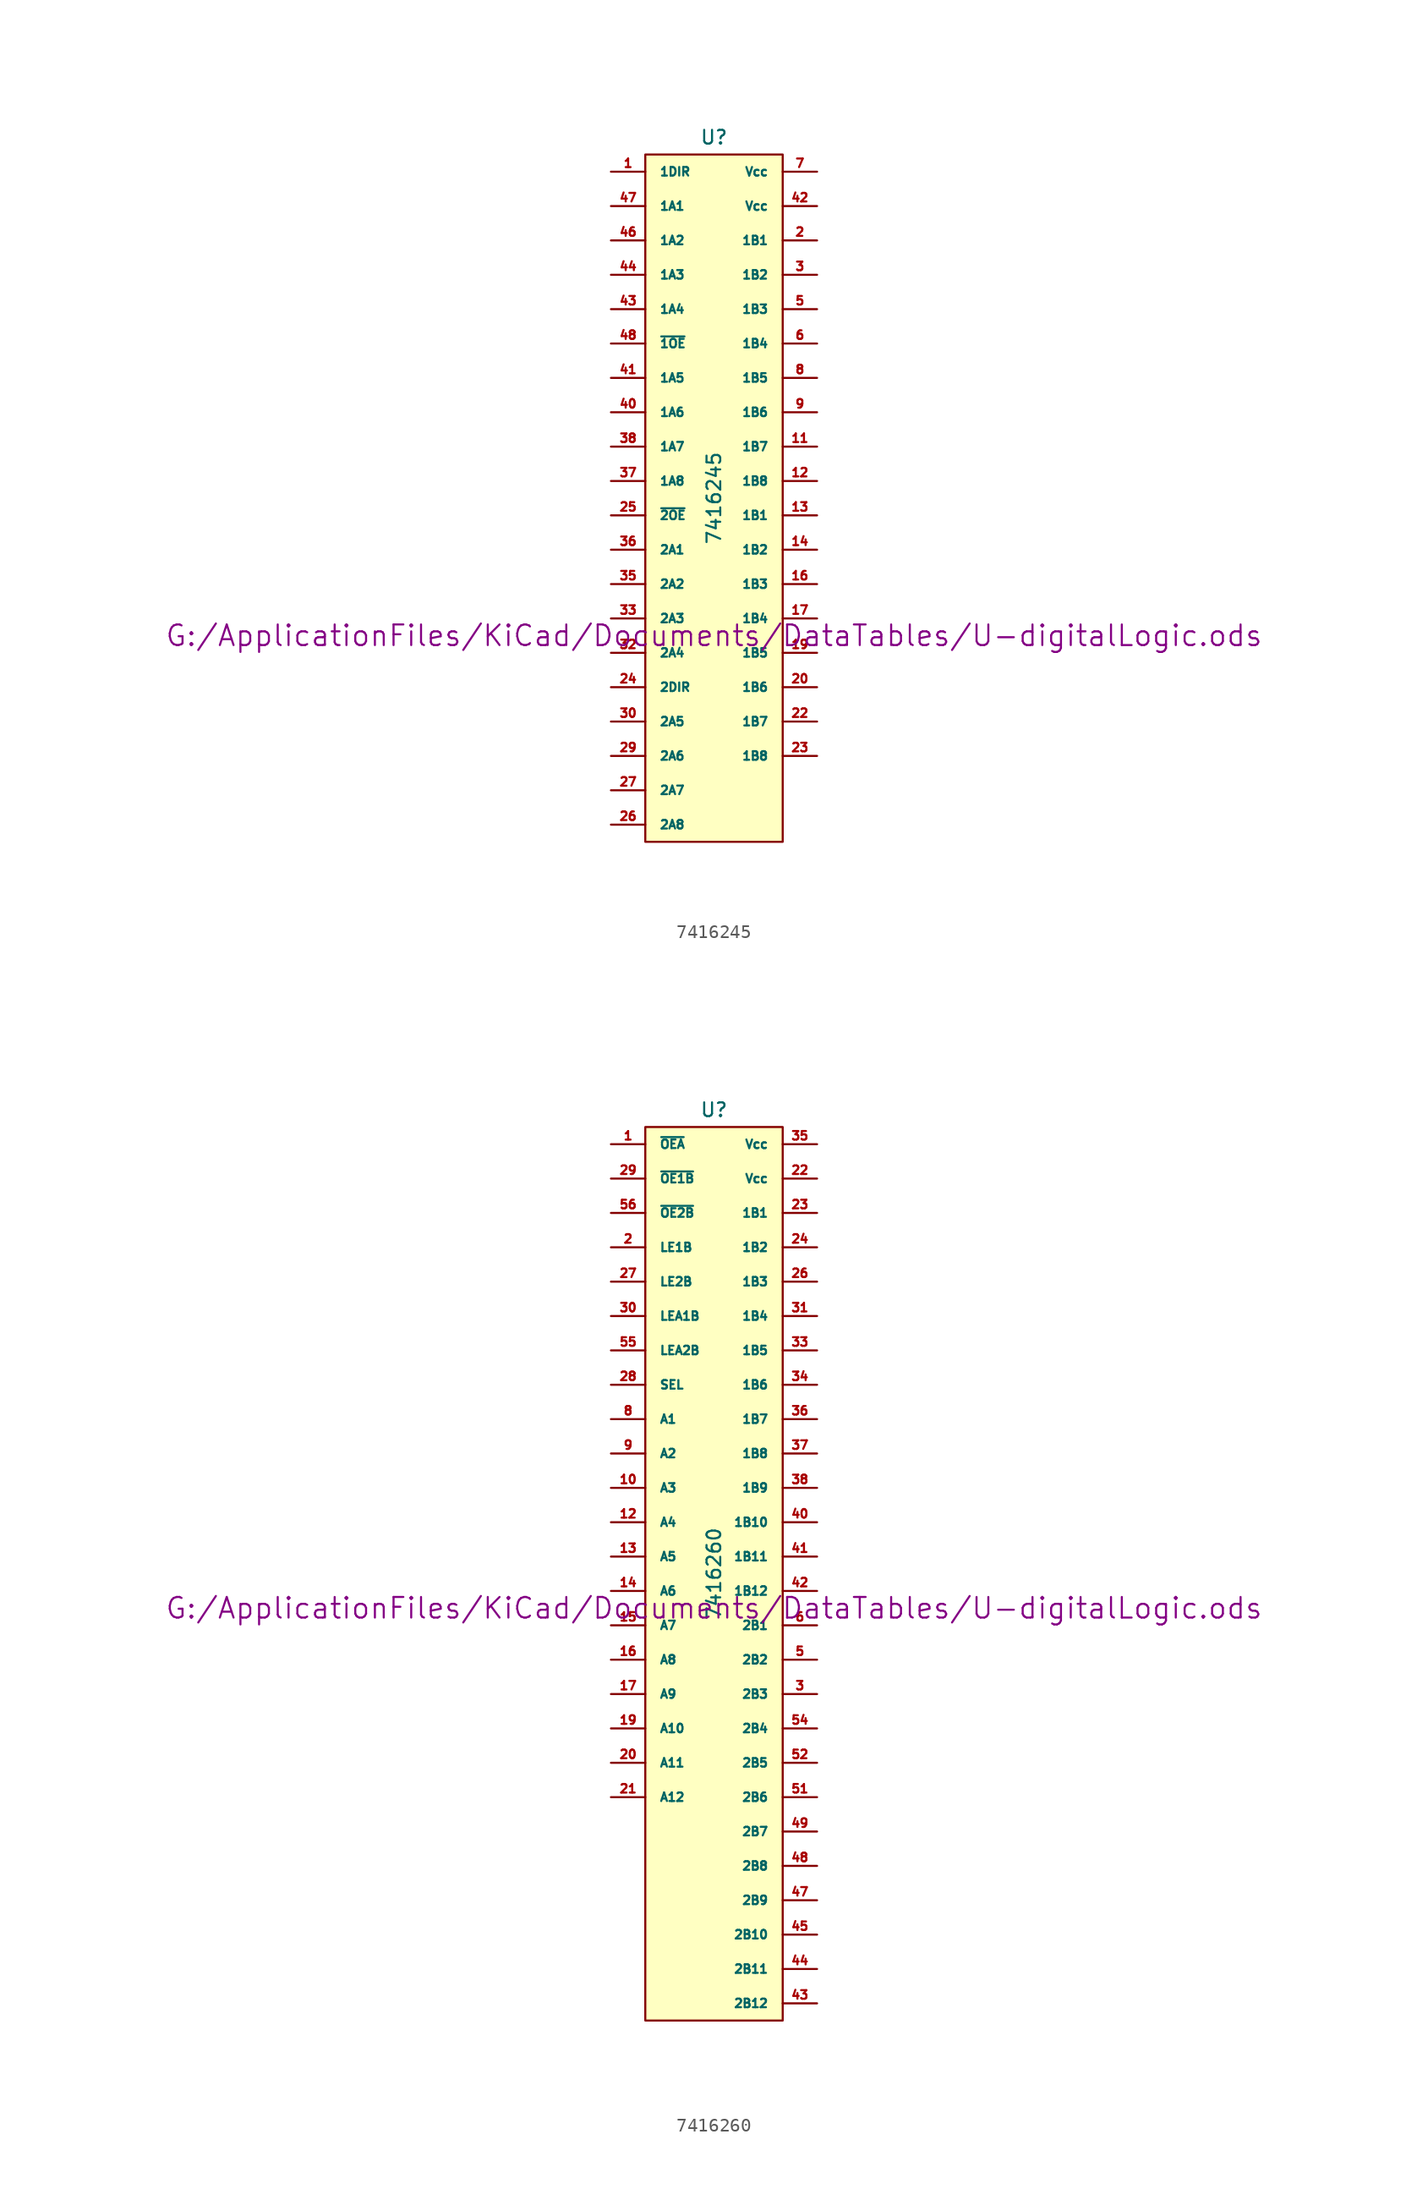
<source format=kicad_sym>
(kicad_symbol_lib
  (version 20211014)
  (generator kicad_symbol_editor)
  (symbol "7416245"
    (pin_names
      (offset 1.016))
    (property "Reference" "U"
      (at 0 26.67 0)
      (effects (font (size 1.016 1.016))))
    (property "Value" "7416245"
      (at 0 0 90)
      (effects (font (size 1.016 1.016))))
    (property "Footprint" ""
      (at 0 -10.16 0)
      (effects (font (size 1.524 1.524))))
    (property "Datasheet" "G:/ApplicationFiles/KiCad/Documents/DataTables/U-digitalLogic.ods"
      (at 0 -10.16 0)
      (effects (font (size 1.524 1.524))))
    (symbol "7416245_0_1"
      (rectangle (start -5.08 25.4) (end 5.08 -25.4) (stroke (width 0) (type default) (color 0 0 0 0)) (fill (type background))))
    (symbol "7416245_1_0"
      (pin power_in line (at -3.81 -25.4 270) (length 0) hide (name "DGND" (effects (font (size 0.762 0.762)))) (number "10" (effects (font (size 0.762 0.762)))))
      (pin power_in line (at -2.54 -25.4 270) (length 0) hide (name "DGND" (effects (font (size 0.762 0.762)))) (number "15" (effects (font (size 0.762 0.762)))))
      (pin power_in line (at -1.27 -25.4 270) (length 0) hide (name "DGND" (effects (font (size 0.762 0.762)))) (number "21" (effects (font (size 0.762 0.762)))))
      (pin power_in line (at 0 -25.4 270) (length 0) hide (name "DGND" (effects (font (size 0.762 0.762)))) (number "28" (effects (font (size 0.762 0.762)))))
      (pin power_in line (at 1.27 -25.4 270) (length 0) hide (name "DGND" (effects (font (size 0.762 0.762)))) (number "34" (effects (font (size 0.762 0.762)))))
      (pin power_in line (at 2.54 -25.4 270) (length 0) hide (name "DGND" (effects (font (size 0.762 0.762)))) (number "39" (effects (font (size 0.762 0.762)))))
      (pin power_in line (at -5.08 -25.4 270) (length 0) hide (name "DGND" (effects (font (size 0.762 0.762)))) (number "4" (effects (font (size 0.762 0.762)))))
      (pin power_in line (at 3.81 -25.4 270) (length 0) hide (name "DGND" (effects (font (size 0.762 0.762)))) (number "45" (effects (font (size 0.762 0.762))))))
    (symbol "7416245_1_1"
      (pin input line (at -7.62 24.13 0) (length 2.54) (name "1DIR" (effects (font (size 0.635 0.635)))) (number "1" (effects (font (size 0.635 0.635)))))
      (pin bidirectional line (at 7.62 3.81 180) (length 2.54) (name "1B7" (effects (font (size 0.635 0.635)))) (number "11" (effects (font (size 0.635 0.635)))))
      (pin bidirectional line (at 7.62 1.27 180) (length 2.54) (name "1B8" (effects (font (size 0.635 0.635)))) (number "12" (effects (font (size 0.635 0.635)))))
      (pin bidirectional line (at 7.62 -1.27 180) (length 2.54) (name "1B1" (effects (font (size 0.635 0.635)))) (number "13" (effects (font (size 0.635 0.635)))))
      (pin bidirectional line (at 7.62 -3.81 180) (length 2.54) (name "1B2" (effects (font (size 0.635 0.635)))) (number "14" (effects (font (size 0.635 0.635)))))
      (pin bidirectional line (at 7.62 -6.35 180) (length 2.54) (name "1B3" (effects (font (size 0.635 0.635)))) (number "16" (effects (font (size 0.635 0.635)))))
      (pin bidirectional line (at 7.62 -8.89 180) (length 2.54) (name "1B4" (effects (font (size 0.635 0.635)))) (number "17" (effects (font (size 0.635 0.635)))))
      (pin bidirectional line (at 7.62 -11.43 180) (length 2.54) (name "1B5" (effects (font (size 0.635 0.635)))) (number "19" (effects (font (size 0.635 0.635)))))
      (pin bidirectional line (at 7.62 19.05 180) (length 2.54) (name "1B1" (effects (font (size 0.635 0.635)))) (number "2" (effects (font (size 0.635 0.635)))))
      (pin bidirectional line (at 7.62 -13.97 180) (length 2.54) (name "1B6" (effects (font (size 0.635 0.635)))) (number "20" (effects (font (size 0.635 0.635)))))
      (pin bidirectional line (at 7.62 -16.51 180) (length 2.54) (name "1B7" (effects (font (size 0.635 0.635)))) (number "22" (effects (font (size 0.635 0.635)))))
      (pin bidirectional line (at 7.62 -19.05 180) (length 2.54) (name "1B8" (effects (font (size 0.635 0.635)))) (number "23" (effects (font (size 0.635 0.635)))))
      (pin input line (at -7.62 -13.97 0) (length 2.54) (name "2DIR" (effects (font (size 0.635 0.635)))) (number "24" (effects (font (size 0.635 0.635)))))
      (pin input line (at -7.62 -1.27 0) (length 2.54) (name "~{2OE}" (effects (font (size 0.635 0.635)))) (number "25" (effects (font (size 0.635 0.635)))))
      (pin bidirectional line (at -7.62 -24.13 0) (length 2.54) (name "2A8" (effects (font (size 0.635 0.635)))) (number "26" (effects (font (size 0.635 0.635)))))
      (pin bidirectional line (at -7.62 -21.59 0) (length 2.54) (name "2A7" (effects (font (size 0.635 0.635)))) (number "27" (effects (font (size 0.635 0.635)))))
      (pin bidirectional line (at -7.62 -19.05 0) (length 2.54) (name "2A6" (effects (font (size 0.635 0.635)))) (number "29" (effects (font (size 0.635 0.635)))))
      (pin bidirectional line (at 7.62 16.51 180) (length 2.54) (name "1B2" (effects (font (size 0.635 0.635)))) (number "3" (effects (font (size 0.635 0.635)))))
      (pin bidirectional line (at -7.62 -16.51 0) (length 2.54) (name "2A5" (effects (font (size 0.635 0.635)))) (number "30" (effects (font (size 0.635 0.635)))))
      (pin bidirectional line (at -7.62 -11.43 0) (length 2.54) (name "2A4" (effects (font (size 0.635 0.635)))) (number "32" (effects (font (size 0.635 0.635)))))
      (pin bidirectional line (at -7.62 -8.89 0) (length 2.54) (name "2A3" (effects (font (size 0.635 0.635)))) (number "33" (effects (font (size 0.635 0.635)))))
      (pin bidirectional line (at -7.62 -6.35 0) (length 2.54) (name "2A2" (effects (font (size 0.635 0.635)))) (number "35" (effects (font (size 0.635 0.635)))))
      (pin bidirectional line (at -7.62 -3.81 0) (length 2.54) (name "2A1" (effects (font (size 0.635 0.635)))) (number "36" (effects (font (size 0.635 0.635)))))
      (pin bidirectional line (at -7.62 1.27 0) (length 2.54) (name "1A8" (effects (font (size 0.635 0.635)))) (number "37" (effects (font (size 0.635 0.635)))))
      (pin bidirectional line (at -7.62 3.81 0) (length 2.54) (name "1A7" (effects (font (size 0.635 0.635)))) (number "38" (effects (font (size 0.635 0.635)))))
      (pin bidirectional line (at -7.62 6.35 0) (length 2.54) (name "1A6" (effects (font (size 0.635 0.635)))) (number "40" (effects (font (size 0.635 0.635)))))
      (pin bidirectional line (at -7.62 8.89 0) (length 2.54) (name "1A5" (effects (font (size 0.635 0.635)))) (number "41" (effects (font (size 0.635 0.635)))))
      (pin power_in line (at 7.62 21.59 180) (length 2.54) (name "Vcc" (effects (font (size 0.635 0.635)))) (number "42" (effects (font (size 0.635 0.635)))))
      (pin bidirectional line (at -7.62 13.97 0) (length 2.54) (name "1A4" (effects (font (size 0.635 0.635)))) (number "43" (effects (font (size 0.635 0.635)))))
      (pin bidirectional line (at -7.62 16.51 0) (length 2.54) (name "1A3" (effects (font (size 0.635 0.635)))) (number "44" (effects (font (size 0.635 0.635)))))
      (pin bidirectional line (at -7.62 19.05 0) (length 2.54) (name "1A2" (effects (font (size 0.635 0.635)))) (number "46" (effects (font (size 0.635 0.635)))))
      (pin bidirectional line (at -7.62 21.59 0) (length 2.54) (name "1A1" (effects (font (size 0.635 0.635)))) (number "47" (effects (font (size 0.635 0.635)))))
      (pin input line (at -7.62 11.43 0) (length 2.54) (name "~{1OE}" (effects (font (size 0.635 0.635)))) (number "48" (effects (font (size 0.635 0.635)))))
      (pin bidirectional line (at 7.62 13.97 180) (length 2.54) (name "1B3" (effects (font (size 0.635 0.635)))) (number "5" (effects (font (size 0.635 0.635)))))
      (pin bidirectional line (at 7.62 11.43 180) (length 2.54) (name "1B4" (effects (font (size 0.635 0.635)))) (number "6" (effects (font (size 0.635 0.635)))))
      (pin power_in line (at 7.62 24.13 180) (length 2.54) (name "Vcc" (effects (font (size 0.635 0.635)))) (number "7" (effects (font (size 0.635 0.635)))))
      (pin bidirectional line (at 7.62 8.89 180) (length 2.54) (name "1B5" (effects (font (size 0.635 0.635)))) (number "8" (effects (font (size 0.635 0.635)))))
      (pin bidirectional line (at 7.62 6.35 180) (length 2.54) (name "1B6" (effects (font (size 0.635 0.635)))) (number "9" (effects (font (size 0.635 0.635)))))))
  (symbol "7416260"
    (pin_names
      (offset 1.016))
    (property "Reference" "U"
      (at 0 34.29 0)
      (effects (font (size 1.016 1.016))))
    (property "Value" "7416260"
      (at 0 0 90)
      (effects (font (size 1.016 1.016))))
    (property "Footprint" ""
      (at 0 -2.54 0)
      (effects (font (size 1.524 1.524))))
    (property "Datasheet" "G:/ApplicationFiles/KiCad/Documents/DataTables/U-digitalLogic.ods"
      (at 0 -2.54 0)
      (effects (font (size 1.524 1.524))))
    (symbol "7416260_0_1"
      (rectangle (start -5.08 33.02) (end 5.08 -33.02) (stroke (width 0) (type default) (color 0 0 0 0)) (fill (type background))))
    (symbol "7416260_1_1"
      (pin input line (at -7.62 31.75 0) (length 2.54) (name "~{OEA}" (effects (font (size 0.635 0.635)))) (number "1" (effects (font (size 0.635 0.635)))))
      (pin bidirectional line (at -7.62 6.35 0) (length 2.54) (name "A3" (effects (font (size 0.635 0.635)))) (number "10" (effects (font (size 0.635 0.635)))))
      (pin power_in line (at -5.08 -20.32 0) (length 0) hide (name "DGND" (effects (font (size 0.635 0.635)))) (number "11" (effects (font (size 0.635 0.635)))))
      (pin bidirectional line (at -7.62 3.81 0) (length 2.54) (name "A4" (effects (font (size 0.635 0.635)))) (number "12" (effects (font (size 0.635 0.635)))))
      (pin bidirectional line (at -7.62 1.27 0) (length 2.54) (name "A5" (effects (font (size 0.635 0.635)))) (number "13" (effects (font (size 0.635 0.635)))))
      (pin bidirectional line (at -7.62 -1.27 0) (length 2.54) (name "A6" (effects (font (size 0.635 0.635)))) (number "14" (effects (font (size 0.635 0.635)))))
      (pin bidirectional line (at -7.62 -3.81 0) (length 2.54) (name "A7" (effects (font (size 0.635 0.635)))) (number "15" (effects (font (size 0.635 0.635)))))
      (pin bidirectional line (at -7.62 -6.35 0) (length 2.54) (name "A8" (effects (font (size 0.635 0.635)))) (number "16" (effects (font (size 0.635 0.635)))))
      (pin bidirectional line (at -7.62 -8.89 0) (length 2.54) (name "A9" (effects (font (size 0.635 0.635)))) (number "17" (effects (font (size 0.635 0.635)))))
      (pin power_in line (at -5.08 -21.59 0) (length 0) hide (name "DGND" (effects (font (size 0.635 0.635)))) (number "18" (effects (font (size 0.635 0.635)))))
      (pin bidirectional line (at -7.62 -11.43 0) (length 2.54) (name "A10" (effects (font (size 0.635 0.635)))) (number "19" (effects (font (size 0.635 0.635)))))
      (pin input line (at -7.62 24.13 0) (length 2.54) (name "LE1B" (effects (font (size 0.635 0.635)))) (number "2" (effects (font (size 0.635 0.635)))))
      (pin bidirectional line (at -7.62 -13.97 0) (length 2.54) (name "A11" (effects (font (size 0.635 0.635)))) (number "20" (effects (font (size 0.635 0.635)))))
      (pin bidirectional line (at -7.62 -16.51 0) (length 2.54) (name "A12" (effects (font (size 0.635 0.635)))) (number "21" (effects (font (size 0.635 0.635)))))
      (pin power_in line (at 7.62 29.21 180) (length 2.54) (name "Vcc" (effects (font (size 0.635 0.635)))) (number "22" (effects (font (size 0.635 0.635)))))
      (pin bidirectional line (at 7.62 26.67 180) (length 2.54) (name "1B1" (effects (font (size 0.635 0.635)))) (number "23" (effects (font (size 0.635 0.635)))))
      (pin bidirectional line (at 7.62 24.13 180) (length 2.54) (name "1B2" (effects (font (size 0.635 0.635)))) (number "24" (effects (font (size 0.635 0.635)))))
      (pin power_in line (at -5.08 -22.86 0) (length 0) hide (name "DGND" (effects (font (size 0.635 0.635)))) (number "25" (effects (font (size 0.635 0.635)))))
      (pin bidirectional line (at 7.62 21.59 180) (length 2.54) (name "1B3" (effects (font (size 0.635 0.635)))) (number "26" (effects (font (size 0.635 0.635)))))
      (pin input line (at -7.62 21.59 0) (length 2.54) (name "LE2B" (effects (font (size 0.635 0.635)))) (number "27" (effects (font (size 0.635 0.635)))))
      (pin input line (at -7.62 13.97 0) (length 2.54) (name "SEL" (effects (font (size 0.635 0.635)))) (number "28" (effects (font (size 0.635 0.635)))))
      (pin input line (at -7.62 29.21 0) (length 2.54) (name "~{OE1B}" (effects (font (size 0.635 0.635)))) (number "29" (effects (font (size 0.635 0.635)))))
      (pin bidirectional line (at 7.62 -8.89 180) (length 2.54) (name "2B3" (effects (font (size 0.635 0.635)))) (number "3" (effects (font (size 0.635 0.635)))))
      (pin input line (at -7.62 19.05 0) (length 2.54) (name "LEA1B" (effects (font (size 0.635 0.635)))) (number "30" (effects (font (size 0.635 0.635)))))
      (pin bidirectional line (at 7.62 19.05 180) (length 2.54) (name "1B4" (effects (font (size 0.635 0.635)))) (number "31" (effects (font (size 0.635 0.635)))))
      (pin power_in line (at -5.08 -24.13 0) (length 0) hide (name "DGND" (effects (font (size 0.635 0.635)))) (number "32" (effects (font (size 0.635 0.635)))))
      (pin bidirectional line (at 7.62 16.51 180) (length 2.54) (name "1B5" (effects (font (size 0.635 0.635)))) (number "33" (effects (font (size 0.635 0.635)))))
      (pin bidirectional line (at 7.62 13.97 180) (length 2.54) (name "1B6" (effects (font (size 0.635 0.635)))) (number "34" (effects (font (size 0.635 0.635)))))
      (pin power_in line (at 7.62 31.75 180) (length 2.54) (name "Vcc" (effects (font (size 0.635 0.635)))) (number "35" (effects (font (size 0.635 0.635)))))
      (pin bidirectional line (at 7.62 11.43 180) (length 2.54) (name "1B7" (effects (font (size 0.635 0.635)))) (number "36" (effects (font (size 0.635 0.635)))))
      (pin bidirectional line (at 7.62 8.89 180) (length 2.54) (name "1B8" (effects (font (size 0.635 0.635)))) (number "37" (effects (font (size 0.635 0.635)))))
      (pin bidirectional line (at 7.62 6.35 180) (length 2.54) (name "1B9" (effects (font (size 0.635 0.635)))) (number "38" (effects (font (size 0.635 0.635)))))
      (pin power_in line (at -5.08 -25.4 0) (length 0) hide (name "DGND" (effects (font (size 0.635 0.635)))) (number "39" (effects (font (size 0.635 0.635)))))
      (pin power_in line (at -5.08 -19.05 0) (length 0) hide (name "DGND" (effects (font (size 0.635 0.635)))) (number "4" (effects (font (size 0.635 0.635)))))
      (pin bidirectional line (at 7.62 3.81 180) (length 2.54) (name "1B10" (effects (font (size 0.635 0.635)))) (number "40" (effects (font (size 0.635 0.635)))))
      (pin bidirectional line (at 7.62 1.27 180) (length 2.54) (name "1B11" (effects (font (size 0.635 0.635)))) (number "41" (effects (font (size 0.635 0.635)))))
      (pin bidirectional line (at 7.62 -1.27 180) (length 2.54) (name "1B12" (effects (font (size 0.635 0.635)))) (number "42" (effects (font (size 0.635 0.635)))))
      (pin bidirectional line (at 7.62 -31.75 180) (length 2.54) (name "2B12" (effects (font (size 0.635 0.635)))) (number "43" (effects (font (size 0.635 0.635)))))
      (pin bidirectional line (at 7.62 -29.21 180) (length 2.54) (name "2B11" (effects (font (size 0.635 0.635)))) (number "44" (effects (font (size 0.635 0.635)))))
      (pin bidirectional line (at 7.62 -26.67 180) (length 2.54) (name "2B10" (effects (font (size 0.635 0.635)))) (number "45" (effects (font (size 0.635 0.635)))))
      (pin power_in line (at -5.08 -27.94 0) (length 0) hide (name "DGND" (effects (font (size 0.635 0.635)))) (number "46" (effects (font (size 0.635 0.635)))))
      (pin bidirectional line (at 7.62 -24.13 180) (length 2.54) (name "2B9" (effects (font (size 0.635 0.635)))) (number "47" (effects (font (size 0.635 0.635)))))
      (pin bidirectional line (at 7.62 -21.59 180) (length 2.54) (name "2B8" (effects (font (size 0.635 0.635)))) (number "48" (effects (font (size 0.635 0.635)))))
      (pin bidirectional line (at 7.62 -19.05 180) (length 2.54) (name "2B7" (effects (font (size 0.635 0.635)))) (number "49" (effects (font (size 0.635 0.635)))))
      (pin bidirectional line (at 7.62 -6.35 180) (length 2.54) (name "2B2" (effects (font (size 0.635 0.635)))) (number "5" (effects (font (size 0.635 0.635)))))
      (pin bidirectional line (at 7.62 -16.51 180) (length 2.54) (name "2B6" (effects (font (size 0.635 0.635)))) (number "51" (effects (font (size 0.635 0.635)))))
      (pin bidirectional line (at 7.62 -13.97 180) (length 2.54) (name "2B5" (effects (font (size 0.635 0.635)))) (number "52" (effects (font (size 0.635 0.635)))))
      (pin power_in line (at -5.08 -26.67 0) (length 0) hide (name "DGND" (effects (font (size 0.635 0.635)))) (number "53" (effects (font (size 0.635 0.635)))))
      (pin bidirectional line (at 7.62 -11.43 180) (length 2.54) (name "2B4" (effects (font (size 0.635 0.635)))) (number "54" (effects (font (size 0.635 0.635)))))
      (pin input line (at -7.62 16.51 0) (length 2.54) (name "LEA2B" (effects (font (size 0.635 0.635)))) (number "55" (effects (font (size 0.635 0.635)))))
      (pin input line (at -7.62 26.67 0) (length 2.54) (name "~{OE2B}" (effects (font (size 0.635 0.635)))) (number "56" (effects (font (size 0.635 0.635)))))
      (pin bidirectional line (at 7.62 -3.81 180) (length 2.54) (name "2B1" (effects (font (size 0.635 0.635)))) (number "6" (effects (font (size 0.635 0.635)))))
      (pin bidirectional line (at -7.62 11.43 0) (length 2.54) (name "A1" (effects (font (size 0.635 0.635)))) (number "8" (effects (font (size 0.635 0.635)))))
      (pin bidirectional line (at -7.62 8.89 0) (length 2.54) (name "A2" (effects (font (size 0.635 0.635)))) (number "9" (effects (font (size 0.635 0.635))))))))
</source>
